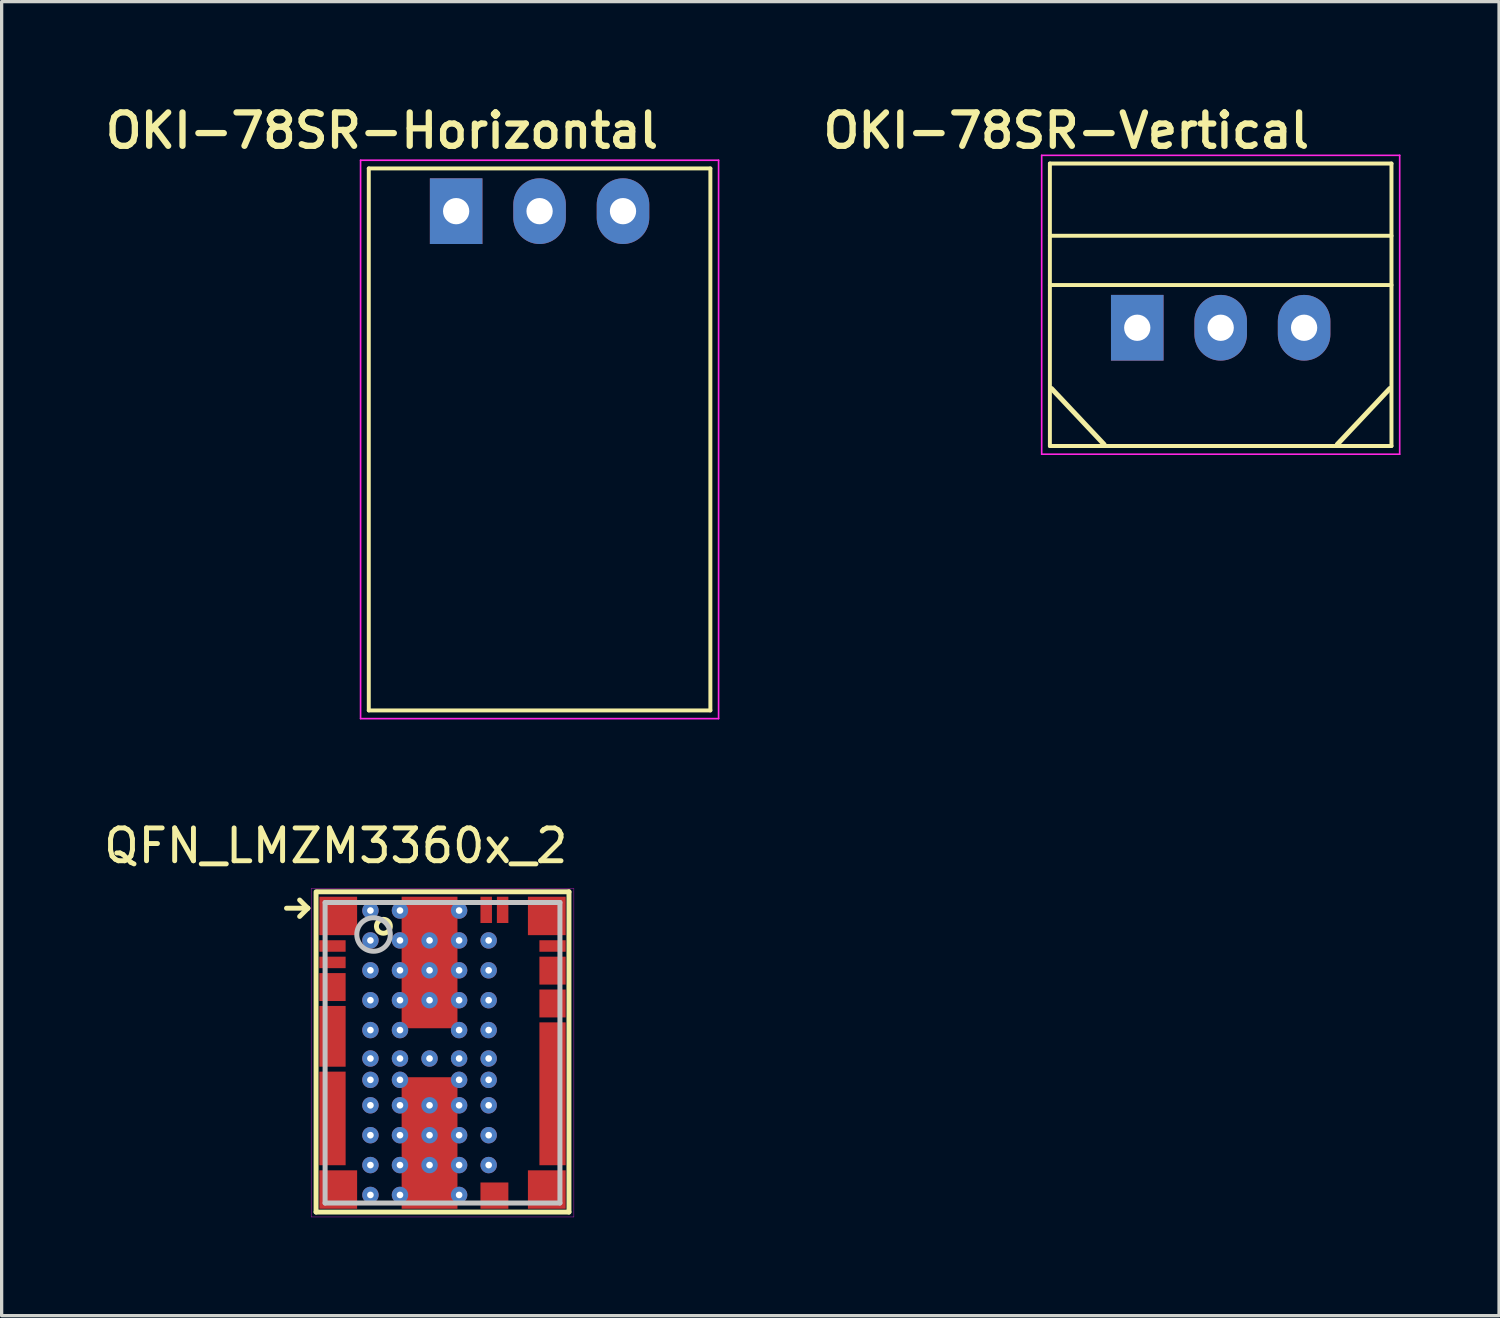
<source format=kicad_pcb>
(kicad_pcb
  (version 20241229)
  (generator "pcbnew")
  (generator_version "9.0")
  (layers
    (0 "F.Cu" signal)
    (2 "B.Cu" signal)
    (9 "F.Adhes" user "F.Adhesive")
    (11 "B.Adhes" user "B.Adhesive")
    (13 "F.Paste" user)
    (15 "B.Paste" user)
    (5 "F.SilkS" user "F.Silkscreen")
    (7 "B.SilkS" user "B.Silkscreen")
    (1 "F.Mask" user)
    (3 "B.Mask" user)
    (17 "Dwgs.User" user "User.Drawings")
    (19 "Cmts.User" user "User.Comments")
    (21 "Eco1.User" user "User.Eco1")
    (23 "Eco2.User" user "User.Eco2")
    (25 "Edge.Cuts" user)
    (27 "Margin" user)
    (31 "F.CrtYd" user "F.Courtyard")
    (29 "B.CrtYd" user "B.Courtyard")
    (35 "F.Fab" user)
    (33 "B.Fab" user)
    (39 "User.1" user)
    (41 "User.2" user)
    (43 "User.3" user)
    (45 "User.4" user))
  (footprint "QFN_LMZM3360x_2"
    (layer "F.Cu")
    (at 10.423 29.002)
    (property "Reference" "QFN_LMZM3360x_2" (at -3.25 -6.3 180) (layer "F.SilkS") (effects (font (size 1 1) (thickness 0.15))))
    (attr through_hole)
    (fp_line (start -4.75 -4.4) (end -4.1 -4.4) (stroke (width 0.15) (type solid)) (layer "F.SilkS"))
    (fp_line (start -4.1 -4.4) (end -4.35 -4.65) (stroke (width 0.15) (type solid)) (layer "F.SilkS"))
    (fp_line (start -4.1 -4.4) (end -4.35 -4.15) (stroke (width 0.15) (type solid)) (layer "F.SilkS"))
    (fp_line (start -3.85 -4.9) (end -3.8 -4.9) (stroke (width 0.05) (type solid)) (layer "F.SilkS"))
    (fp_line (start -3.85 4.85) (end -3.85 -4.9) (stroke (width 0.15) (type solid)) (layer "F.SilkS"))
    (fp_line (start -3.8 -4.9) (end 3.85 -4.9) (stroke (width 0.15) (type solid)) (layer "F.SilkS"))
    (fp_line (start 3.85 -4.9) (end 3.85 4.85) (stroke (width 0.15) (type solid)) (layer "F.SilkS"))
    (fp_line (start 3.85 4.85) (end -3.85 4.85) (stroke (width 0.15) (type solid)) (layer "F.SilkS"))
    (fp_circle (center -1.8 -3.85) (end -1.95 -4) (stroke (width 0.15) (type solid)) (fill no) (layer "F.SilkS"))
    (fp_line (start -3.575 -4.575) (end 3.575 -4.575) (stroke (width 0.152) (type solid)) (layer "Dwgs.User"))
    (fp_line (start -3.575 4.575) (end -3.575 -4.575) (stroke (width 0.152) (type solid)) (layer "Dwgs.User"))
    (fp_line (start -3.575 4.575) (end 3.575 4.575) (stroke (width 0.152) (type solid)) (layer "Dwgs.User"))
    (fp_line (start 3.575 4.575) (end 3.575 -4.575) (stroke (width 0.152) (type solid)) (layer "Dwgs.User"))
    (fp_circle (center -2.1 -3.6) (end -1.59 -3.6) (stroke (width 0.152) (type solid)) (fill no) (layer "Dwgs.User"))
    (fp_line (start -4 -5) (end 4 -5) (stroke (width 0.01) (type solid)) (layer "F.CrtYd"))
    (fp_line (start -4 5) (end -4 -5) (stroke (width 0.01) (type solid)) (layer "F.CrtYd"))
    (fp_line (start 4 -5) (end 4 5) (stroke (width 0.01) (type solid)) (layer "F.CrtYd"))
    (fp_line (start 4 5) (end -4 5) (stroke (width 0.01) (type solid)) (layer "F.CrtYd"))
    (pad "1" smd rect (at -3.175 -4.165 90) (size 1.17 1.15) (layers "F.Cu" "F.Mask" "F.Paste"))
    (pad "2" smd rect (at -3.35 -3.25 90) (size 0.35 0.8) (layers "F.Cu" "F.Mask" "F.Paste"))
    (pad "3" smd rect (at -3.35 -2.75 90) (size 0.35 0.8) (layers "F.Cu" "F.Mask" "F.Paste"))
    (pad "4" smd rect (at -3.35 -2 90) (size 0.85 0.8) (layers "F.Cu" "F.Mask" "F.Paste"))
    (pad "5" smd rect (at -3.35 -0.5 90) (size 1.85 0.8) (layers "F.Cu" "F.Mask" "F.Paste"))
    (pad "6" smd rect (at -3.35 2 90) (size 2.85 0.8) (layers "F.Cu" "F.Mask" "F.Paste"))
    (pad "7" smd rect (at -3.175 4.165 90) (size 1.17 1.15) (layers "F.Cu" "F.Mask" "F.Paste"))
    (pad "8" thru_hole circle (at -2.195 0.825) (size 0.5 0.5) (drill 0.203) (layers "*.Cu" "*.Mask"))
    (pad "8" thru_hole circle (at -2.195 1.6) (size 0.5 0.5) (drill 0.203) (layers "*.Cu" "*.Mask"))
    (pad "8" thru_hole circle (at -2.195 2.51) (size 0.5 0.5) (drill 0.203) (layers "*.Cu" "*.Mask"))
    (pad "8" thru_hole circle (at -2.195 3.42) (size 0.5 0.5) (drill 0.203) (layers "*.Cu" "*.Mask"))
    (pad "8" thru_hole circle (at -2.195 4.33) (size 0.5 0.5) (drill 0.203) (layers "*.Cu" "*.Mask"))
    (pad "8" thru_hole circle (at -1.295 0.825) (size 0.5 0.5) (drill 0.203) (layers "*.Cu" "*.Mask"))
    (pad "8" thru_hole circle (at -1.295 1.6) (size 0.5 0.5) (drill 0.203) (layers "*.Cu" "*.Mask"))
    (pad "8" thru_hole circle (at -1.295 2.51) (size 0.5 0.5) (drill 0.203) (layers "*.Cu" "*.Mask"))
    (pad "8" thru_hole circle (at -1.295 3.42) (size 0.5 0.5) (drill 0.203) (layers "*.Cu" "*.Mask"))
    (pad "8" thru_hole circle (at -1.295 4.33) (size 0.5 0.5) (drill 0.203) (layers "*.Cu" "*.Mask"))
    (pad "8" thru_hole circle (at -0.395 1.6) (size 0.5 0.5) (drill 0.203) (layers "*.Cu" "*.Mask"))
    (pad "8" thru_hole circle (at -0.395 2.51) (size 0.5 0.5) (drill 0.203) (layers "*.Cu" "*.Mask"))
    (pad "8" smd rect (at -0.395 2.748 90) (size 4.005 1.7) (layers "F.Cu" "F.Mask" "F.Paste"))
    (pad "8" thru_hole circle (at -0.395 3.42) (size 0.5 0.5) (drill 0.203) (layers "*.Cu" "*.Mask"))
    (pad "8" thru_hole circle (at 0.505 0.825) (size 0.5 0.5) (drill 0.203) (layers "*.Cu" "*.Mask"))
    (pad "8" thru_hole circle (at 0.505 1.6) (size 0.5 0.5) (drill 0.203) (layers "*.Cu" "*.Mask"))
    (pad "8" thru_hole circle (at 0.505 2.51) (size 0.5 0.5) (drill 0.203) (layers "*.Cu" "*.Mask"))
    (pad "8" thru_hole circle (at 0.505 3.42) (size 0.5 0.5) (drill 0.203) (layers "*.Cu" "*.Mask"))
    (pad "8" thru_hole circle (at 0.505 4.33) (size 0.5 0.5) (drill 0.203) (layers "*.Cu" "*.Mask"))
    (pad "9" smd rect (at 1.58 4.35) (size 0.85 0.8) (layers "F.Cu" "F.Mask" "F.Paste"))
    (pad "10" smd rect (at 3.175 4.165 90) (size 1.17 1.15) (layers "F.Cu" "F.Mask" "F.Paste"))
    (pad "11" smd rect (at 3.35 1.25 90) (size 4.35 0.8) (layers "F.Cu" "F.Mask" "F.Paste"))
    (pad "12" smd rect (at 3.35 -1.5 90) (size 0.85 0.8) (layers "F.Cu" "F.Mask" "F.Paste"))
    (pad "13" smd rect (at 3.35 -2.5 90) (size 0.85 0.8) (layers "F.Cu" "F.Mask" "F.Paste"))
    (pad "14" smd rect (at 3.35 -3.25 90) (size 0.35 0.8) (layers "F.Cu" "F.Mask" "F.Paste"))
    (pad "15" smd rect (at 3.175 -4.165 90) (size 1.17 1.15) (layers "F.Cu" "F.Mask" "F.Paste"))
    (pad "16" smd rect (at 1.83 -4.35) (size 0.35 0.8) (layers "F.Cu" "F.Mask" "F.Paste"))
    (pad "17" smd rect (at 1.33 -4.35) (size 0.35 0.8) (layers "F.Cu" "F.Mask" "F.Paste"))
    (pad "18" thru_hole circle (at -2.195 -4.33) (size 0.5 0.5) (drill 0.203) (layers "*.Cu" "*.Mask"))
    (pad "18" thru_hole circle (at -2.195 -3.42) (size 0.5 0.5) (drill 0.203) (layers "*.Cu" "*.Mask"))
    (pad "18" thru_hole circle (at -2.195 -2.51) (size 0.5 0.5) (drill 0.203) (layers "*.Cu" "*.Mask"))
    (pad "18" thru_hole circle (at -2.195 -1.6) (size 0.5 0.5) (drill 0.203) (layers "*.Cu" "*.Mask"))
    (pad "18" thru_hole circle (at -2.195 -0.69) (size 0.5 0.5) (drill 0.203) (layers "*.Cu" "*.Mask"))
    (pad "18" thru_hole circle (at -2.195 0.175) (size 0.5 0.5) (drill 0.203) (layers "*.Cu" "*.Mask"))
    (pad "18" thru_hole circle (at -1.295 -4.33) (size 0.5 0.5) (drill 0.203) (layers "*.Cu" "*.Mask"))
    (pad "18" thru_hole circle (at -1.295 -3.42) (size 0.5 0.5) (drill 0.203) (layers "*.Cu" "*.Mask"))
    (pad "18" thru_hole circle (at -1.295 -2.51) (size 0.5 0.5) (drill 0.203) (layers "*.Cu" "*.Mask"))
    (pad "18" thru_hole circle (at -1.295 -1.6) (size 0.5 0.5) (drill 0.203) (layers "*.Cu" "*.Mask"))
    (pad "18" thru_hole circle (at -1.295 -0.69) (size 0.5 0.5) (drill 0.203) (layers "*.Cu" "*.Mask"))
    (pad "18" thru_hole circle (at -1.295 0.175) (size 0.5 0.5) (drill 0.203) (layers "*.Cu" "*.Mask"))
    (pad "18" thru_hole circle (at -0.395 -3.42) (size 0.5 0.5) (drill 0.203) (layers "*.Cu" "*.Mask"))
    (pad "18" smd rect (at -0.395 -2.748 90) (size 4.005 1.7) (layers "F.Cu" "F.Mask" "F.Paste"))
    (pad "18" thru_hole circle (at -0.395 -2.51) (size 0.5 0.5) (drill 0.203) (layers "*.Cu" "*.Mask"))
    (pad "18" thru_hole circle (at -0.395 -1.6) (size 0.5 0.5) (drill 0.203) (layers "*.Cu" "*.Mask"))
    (pad "18" thru_hole circle (at -0.395 0.175) (size 0.5 0.5) (drill 0.203) (layers "*.Cu" "*.Mask"))
    (pad "18" thru_hole circle (at 0.505 -4.33) (size 0.5 0.5) (drill 0.203) (layers "*.Cu" "*.Mask"))
    (pad "18" thru_hole circle (at 0.505 -3.42) (size 0.5 0.5) (drill 0.203) (layers "*.Cu" "*.Mask"))
    (pad "18" thru_hole circle (at 0.505 -2.51) (size 0.5 0.5) (drill 0.203) (layers "*.Cu" "*.Mask"))
    (pad "18" thru_hole circle (at 0.505 -1.6) (size 0.5 0.5) (drill 0.203) (layers "*.Cu" "*.Mask"))
    (pad "18" thru_hole circle (at 0.505 -0.69) (size 0.5 0.5) (drill 0.203) (layers "*.Cu" "*.Mask"))
    (pad "18" thru_hole circle (at 0.505 0.175) (size 0.5 0.5) (drill 0.203) (layers "*.Cu" "*.Mask"))
    (pad "18" thru_hole circle (at 1.405 -3.42) (size 0.5 0.5) (drill 0.203) (layers "*.Cu" "*.Mask"))
    (pad "18" thru_hole circle (at 1.405 -2.51) (size 0.5 0.5) (drill 0.203) (layers "*.Cu" "*.Mask"))
    (pad "18" thru_hole circle (at 1.405 -1.6) (size 0.5 0.5) (drill 0.203) (layers "*.Cu" "*.Mask"))
    (pad "18" thru_hole circle (at 1.405 -0.69) (size 0.5 0.5) (drill 0.203) (layers "*.Cu" "*.Mask"))
    (pad "18" thru_hole circle (at 1.405 0.175) (size 0.5 0.5) (drill 0.203) (layers "*.Cu" "*.Mask"))
    (pad "18" thru_hole circle (at 1.405 0.825) (size 0.5 0.5) (drill 0.203) (layers "*.Cu" "*.Mask"))
    (pad "18" thru_hole circle (at 1.405 1.6) (size 0.5 0.5) (drill 0.203) (layers "*.Cu" "*.Mask"))
    (pad "18" thru_hole circle (at 1.405 2.51) (size 0.5 0.5) (drill 0.203) (layers "*.Cu" "*.Mask"))
    (pad "18" thru_hole circle (at 1.405 3.42) (size 0.5 0.5) (drill 0.203) (layers "*.Cu" "*.Mask")))
  (footprint "OKI-78SR-Horizontal"
    (layer "F.Cu")
    (at 13.378 3.379)
    (property "Reference" "OKI-78SR-Horizontal" (at -4.8 -2.45 0) (layer "F.SilkS") (effects (font (size 1.016 1.016) (thickness 0.191))))
    (attr through_hole)
    (fp_line (start -5.2 -1.3) (end -5.2 15.2) (stroke (width 0.12) (type solid)) (layer "F.SilkS"))
    (fp_line (start -5.2 -1.3) (end 5.2 -1.3) (stroke (width 0.12) (type solid)) (layer "F.SilkS"))
    (fp_line (start -5.2 15.2) (end 5.2 15.2) (stroke (width 0.12) (type solid)) (layer "F.SilkS"))
    (fp_line (start 5.2 -1.3) (end 5.2 15.2) (stroke (width 0.12) (type solid)) (layer "F.SilkS"))
    (fp_line (start -5.45 15.45) (end -5.45 -1.55) (stroke (width 0.05) (type solid)) (layer "F.CrtYd"))
    (fp_line (start 5.45 -1.55) (end -5.45 -1.55) (stroke (width 0.05) (type solid)) (layer "F.CrtYd"))
    (fp_line (start 5.45 15.45) (end -5.45 15.45) (stroke (width 0.05) (type solid)) (layer "F.CrtYd"))
    (fp_line (start 5.45 15.45) (end 5.45 -1.55) (stroke (width 0.05) (type solid)) (layer "F.CrtYd"))
    (pad "1" thru_hole rect (at -2.54 0) (size 1.6 2) (drill 0.8) (layers "*.Cu" "*.Mask"))
    (pad "2" thru_hole oval (at 0 0) (size 1.6 2) (drill 0.8) (layers "*.Cu" "*.Mask"))
    (pad "3" thru_hole oval (at 2.54 0) (size 1.6 2) (drill 0.8) (layers "*.Cu" "*.Mask")))
  (footprint "OKI-78SR-Vertical"
    (layer "F.Cu")
    (at 34.115 6.929)
    (property "Reference" "OKI-78SR-Vertical" (at -4.7 -6 0) (layer "F.SilkS") (effects (font (size 1.016 1.016) (thickness 0.191))))
    (attr through_hole)
    (fp_line (start -5.2 -5) (end -5.2 3.6) (stroke (width 0.12) (type solid)) (layer "F.SilkS"))
    (fp_line (start -5.2 -5) (end 5.2 -5) (stroke (width 0.12) (type solid)) (layer "F.SilkS"))
    (fp_line (start -5.2 -2.8) (end 5.2 -2.8) (stroke (width 0.12) (type solid)) (layer "F.SilkS"))
    (fp_line (start -5.2 -1.3) (end 5.2 -1.3) (stroke (width 0.12) (type solid)) (layer "F.SilkS"))
    (fp_line (start -5.2 3.6) (end 5.2 3.6) (stroke (width 0.12) (type solid)) (layer "F.SilkS"))
    (fp_line (start -5.15 1.85) (end -3.55 3.55) (stroke (width 0.15) (type solid)) (layer "F.SilkS"))
    (fp_line (start 3.55 3.55) (end 5.15 1.85) (stroke (width 0.15) (type solid)) (layer "F.SilkS"))
    (fp_line (start 5.2 -5) (end 5.2 3.6) (stroke (width 0.12) (type solid)) (layer "F.SilkS"))
    (fp_line (start -5.45 3.85) (end -5.45 -5.25) (stroke (width 0.05) (type solid)) (layer "F.CrtYd"))
    (fp_line (start 5.45 -5.25) (end -5.45 -5.25) (stroke (width 0.05) (type solid)) (layer "F.CrtYd"))
    (fp_line (start 5.45 3.85) (end -5.45 3.85) (stroke (width 0.05) (type solid)) (layer "F.CrtYd"))
    (fp_line (start 5.45 3.85) (end 5.45 -5.25) (stroke (width 0.05) (type solid)) (layer "F.CrtYd"))
    (pad "1" thru_hole rect (at -2.54 0) (size 1.6 2) (drill 0.8) (layers "*.Cu" "*.Mask"))
    (pad "2" thru_hole oval (at 0 0) (size 1.6 2) (drill 0.8) (layers "*.Cu" "*.Mask"))
    (pad "3" thru_hole oval (at 2.54 0) (size 1.6 2) (drill 0.8) (layers "*.Cu" "*.Mask")))
  (gr_rect
    (start -3 -3)
    (end 42.59 37.007)
    (stroke (width 0.1) (type default))
    (fill no)
    (layer "Edge.Cuts")))
</source>
